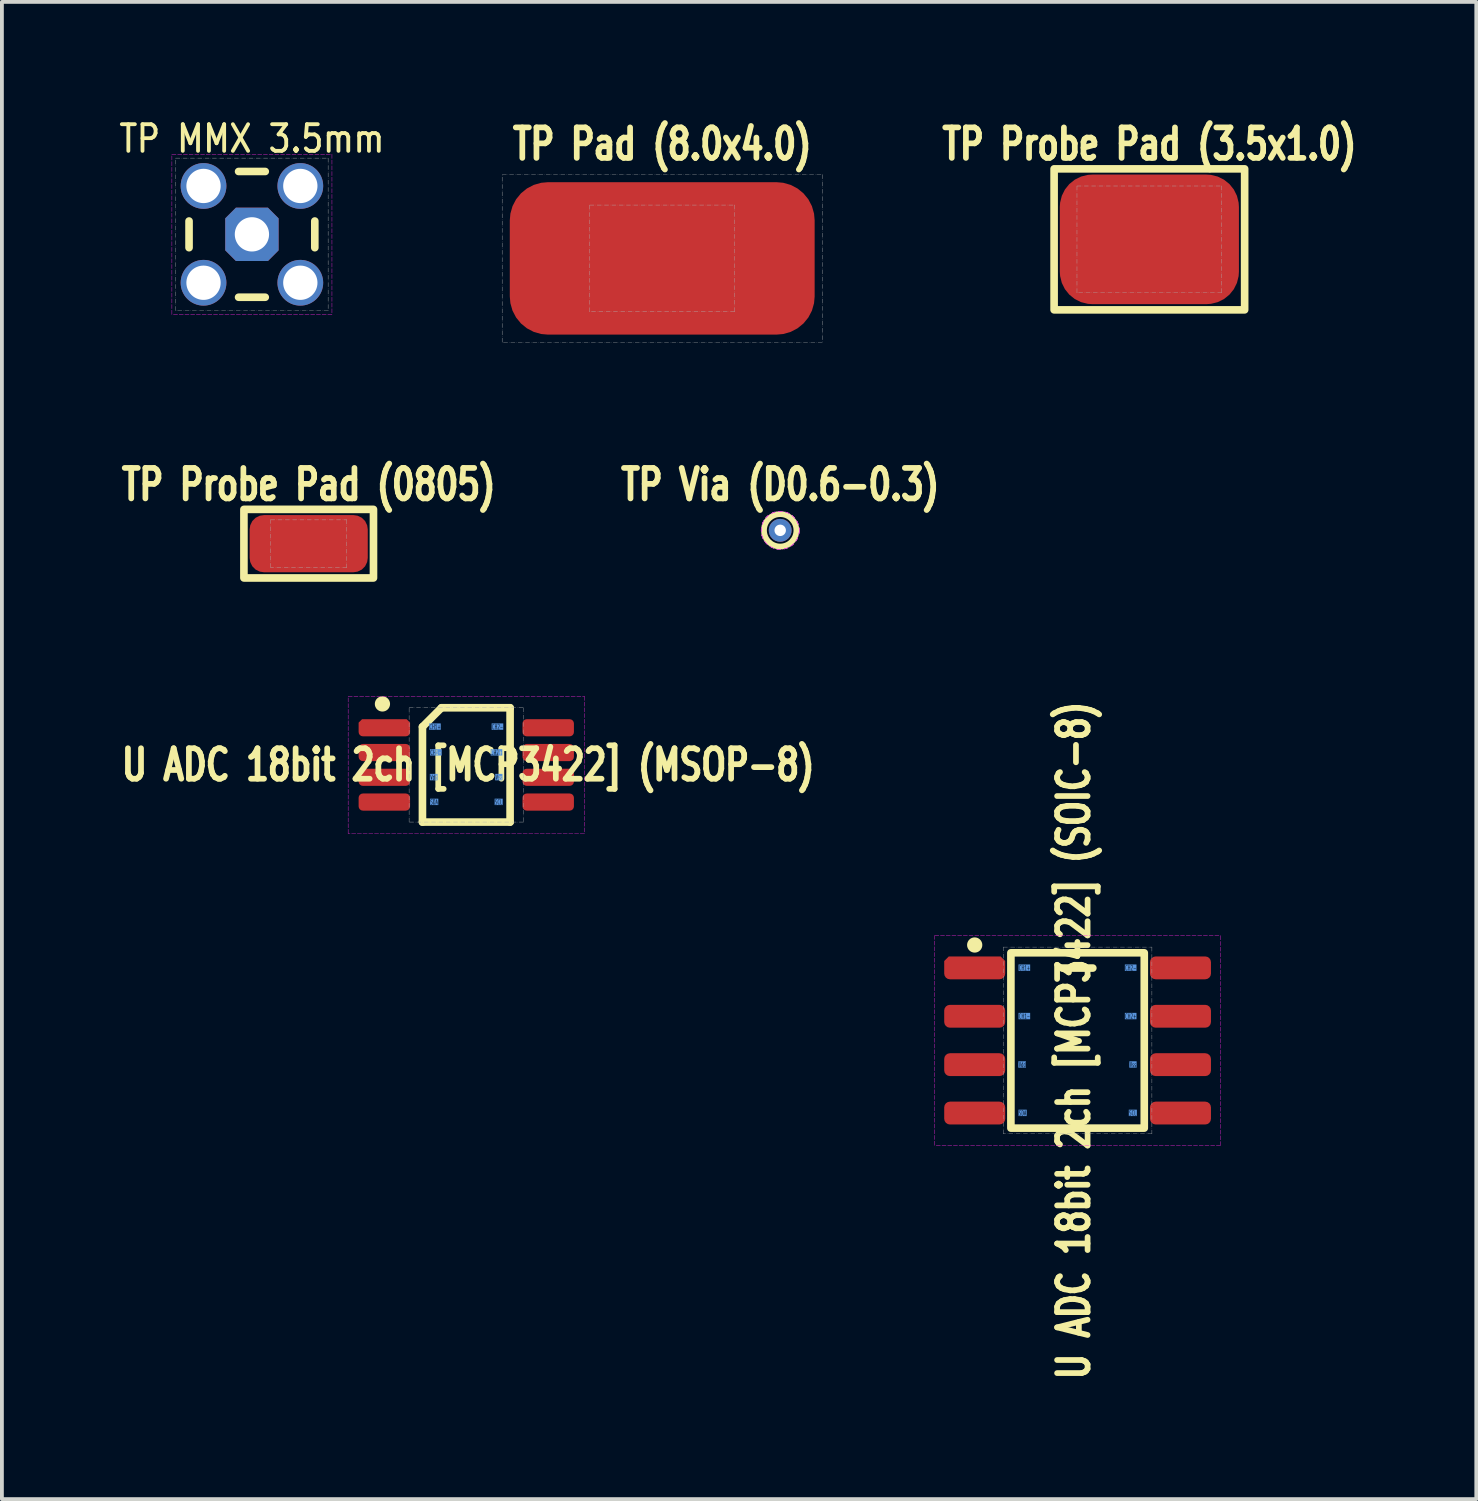
<source format=kicad_pcb>
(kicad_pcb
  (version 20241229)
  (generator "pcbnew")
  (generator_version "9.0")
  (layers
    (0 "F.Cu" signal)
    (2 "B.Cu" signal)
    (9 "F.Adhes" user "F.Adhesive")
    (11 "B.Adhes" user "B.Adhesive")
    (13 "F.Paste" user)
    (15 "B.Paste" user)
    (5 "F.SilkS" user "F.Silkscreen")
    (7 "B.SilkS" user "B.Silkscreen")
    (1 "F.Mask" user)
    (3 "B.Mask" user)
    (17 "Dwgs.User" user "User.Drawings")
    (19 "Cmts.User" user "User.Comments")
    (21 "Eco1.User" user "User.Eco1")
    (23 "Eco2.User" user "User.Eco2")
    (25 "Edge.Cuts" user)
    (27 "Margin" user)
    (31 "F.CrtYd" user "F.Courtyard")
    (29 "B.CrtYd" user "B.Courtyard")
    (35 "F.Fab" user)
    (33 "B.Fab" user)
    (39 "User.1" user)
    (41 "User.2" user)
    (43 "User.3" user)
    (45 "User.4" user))
  (footprint "TP Pad (8.0x4.0)"
    (layer "F.Cu")
    (at 14.328 3.731)
    (property "Reference" "TP Pad (8.0x4.0)" (at 0 -3 0) (layer "F.SilkS") (effects (font (size 0.8 0.6) (thickness 0.15))))
    (attr through_hole)
    (fp_rect (start -4.2 -2.2) (end 4.2 2.2) (stroke (width 0.01) (type dash_dot)) (fill no) (layer "F.Fab"))
    (fp_rect (start -1.9 -1.4) (end 1.9 1.4) (stroke (width 0.01) (type dash_dot)) (fill no) (layer "F.Fab"))
    (pad "1" smd roundrect (at 0 0) (size 8 4) (property pad_prop_testpoint) (layers "F.Cu" "F.Mask") (roundrect_rratio 0.25)))
  (footprint "TP Probe Pad (3.5x1.0)"
    (layer "F.Cu")
    (at 27.112 3.231)
    (property "Reference" "TP Probe Pad (3.5x1.0)" (at 0 -2.5 0) (layer "F.SilkS") (effects (font (size 0.8 0.6) (thickness 0.15))))
    (attr through_hole)
    (fp_rect (start -2.5 -1.85) (end 2.5 1.85) (stroke (width 0.2) (type default)) (fill no) (layer "F.SilkS"))
    (fp_rect (start -1.9 -1.4) (end 1.9 1.4) (stroke (width 0.01) (type dash_dot)) (fill no) (layer "F.Fab"))
    (pad "1" smd roundrect (at 0 0) (size 4.7 3.4) (property pad_prop_testpoint) (layers "F.Cu" "F.Mask" "F.Paste") (roundrect_rratio 0.25)))
  (footprint "U ADC 18bit 2ch [MCP3422] (MSOP-8)"
    (layer "F.Cu")
    (at 9.186 17.023)
    (property "Reference" "U ADC 18bit 2ch [MCP3422] (MSOP-8)" (at 0.05 0 0) (layer "F.SilkS") (effects (font (size 0.8 0.6) (thickness 0.15))))
    (attr smd)
    (fp_line (start -1.15 -1) (end -0.65 -1.5) (stroke (width 0.2) (type default)) (layer "F.SilkS"))
    (fp_line (start -1.15 1.5) (end -1.15 -1) (stroke (width 0.2) (type default)) (layer "F.SilkS"))
    (fp_line (start -0.65 -1.5) (end 1.15 -1.5) (stroke (width 0.2) (type default)) (layer "F.SilkS"))
    (fp_line (start 1.15 -1.5) (end 1.15 1.5) (stroke (width 0.2) (type default)) (layer "F.SilkS"))
    (fp_line (start 1.15 1.5) (end -1.15 1.5) (stroke (width 0.2) (type default)) (layer "F.SilkS"))
    (fp_circle (center -2.2 -1.6) (end -2.05 -1.6) (stroke (width 0.1) (type solid)) (fill yes) (layer "F.SilkS"))
    (fp_rect (start -3.1 -1.8) (end 3.1 1.8) (stroke (width 0.01) (type dash)) (fill no) (layer "F.CrtYd"))
    (fp_rect (start -1.5 -1.5) (end 1.5 1.5) (stroke (width 0.01) (type dash_dot)) (fill no) (layer "F.Fab"))
    (fp_text user "CH2+" (at 0.95 -0.325 0) (layer "Cmts.User" knockout) (effects (font (size 0.13 0.07) (thickness 0.01) (bold yes)) (justify right)))
    (fp_text user "SCL" (at 0.95 0.975 0) (layer "Cmts.User" knockout) (effects (font (size 0.13 0.07) (thickness 0.01) (bold yes)) (justify right)))
    (fp_text user "Vss" (at 0.95 0.325 0) (layer "Cmts.User" knockout) (effects (font (size 0.13 0.07) (thickness 0.01) (bold yes)) (justify right)))
    (fp_text user "CH1-" (at -0.95 -0.325 0) (layer "Cmts.User" knockout) (effects (font (size 0.13 0.07) (thickness 0.01) (bold yes)) (justify left)))
    (fp_text user "CH1+" (at -0.975 -1 0) (layer "Cmts.User" knockout) (effects (font (size 0.13 0.07) (thickness 0.01) (bold yes)) (justify left)))
    (fp_text user "CH2-" (at 0.975 -1 0) (layer "Cmts.User" knockout) (effects (font (size 0.13 0.07) (thickness 0.01) (bold yes)) (justify right)))
    (fp_text user "SDA" (at -0.95 0.975 0) (layer "Cmts.User" knockout) (effects (font (size 0.13 0.07) (thickness 0.01) (bold yes)) (justify left)))
    (fp_text user "Vdd" (at -0.95 0.325 0) (layer "Cmts.User" knockout) (effects (font (size 0.13 0.07) (thickness 0.01) (bold yes)) (justify left)))
    (pad "1" smd roundrect (at -2.15 -0.975) (size 1.35 0.45) (layers "F.Cu" "F.Mask" "F.Paste") (roundrect_rratio 0.25) (chamfer_ratio 0.2) (chamfer top_left top_right))
    (pad "2" smd roundrect (at -2.15 -0.325) (size 1.35 0.45) (layers "F.Cu" "F.Mask" "F.Paste") (roundrect_rratio 0.25))
    (pad "3" smd roundrect (at -2.15 0.325) (size 1.35 0.45) (layers "F.Cu" "F.Mask" "F.Paste") (roundrect_rratio 0.25))
    (pad "4" smd roundrect (at -2.15 0.975) (size 1.35 0.45) (layers "F.Cu" "F.Mask" "F.Paste") (roundrect_rratio 0.25))
    (pad "5" smd roundrect (at 2.15 0.975) (size 1.35 0.45) (layers "F.Cu" "F.Mask" "F.Paste") (roundrect_rratio 0.25))
    (pad "6" smd roundrect (at 2.15 0.325) (size 1.35 0.45) (layers "F.Cu" "F.Mask" "F.Paste") (roundrect_rratio 0.25))
    (pad "7" smd roundrect (at 2.15 -0.325) (size 1.35 0.45) (layers "F.Cu" "F.Mask" "F.Paste") (roundrect_rratio 0.25))
    (pad "8" smd roundrect (at 2.15 -0.975) (size 1.35 0.45) (layers "F.Cu" "F.Mask" "F.Paste") (roundrect_rratio 0.25)))
  (footprint "TP MMX 3.5mm"
    (layer "F.Cu")
    (at 3.561 3.1)
    (property "Reference" "TP MMX 3.5mm" (at 0 -2.1 0) (unlocked yes) (layer "F.SilkS") (effects (font (size 0.7 0.6) (thickness 0.1)) (justify bottom)))
    (attr through_hole)
    (fp_line (start -1.65 -0.35) (end -1.65 0.35) (stroke (width 0.2) (type default)) (layer "F.SilkS"))
    (fp_line (start 0.35 -1.65) (end -0.35 -1.65) (stroke (width 0.2) (type default)) (layer "F.SilkS"))
    (fp_line (start 0.35 1.65) (end -0.35 1.65) (stroke (width 0.2) (type default)) (layer "F.SilkS"))
    (fp_line (start 1.65 -0.35) (end 1.65 0.35) (stroke (width 0.2) (type default)) (layer "F.SilkS"))
    (fp_rect (start -2.1 -2.1) (end 2.1 2.1) (stroke (width 0.01) (type dash)) (fill no) (layer "F.CrtYd"))
    (fp_rect (start -2 -2) (end 2 2) (stroke (width 0.01) (type dash_dot)) (fill no) (layer "F.Fab"))
    (pad "1" thru_hole roundrect (at 0 0) (size 1.4 1.4) (drill 0.9) (layers "*.Cu" "B.Mask") (roundrect_rratio 0.25) (chamfer_ratio 0.2) (chamfer top_left top_right bottom_left bottom_right))
    (pad "2" thru_hole circle (at -1.27 -1.27) (size 1.2 1.2) (drill 0.9) (layers "*.Cu" "B.Mask"))
    (pad "3" thru_hole circle (at -1.27 1.27) (size 1.2 1.2) (drill 0.9) (layers "*.Cu" "B.Mask"))
    (pad "4" thru_hole circle (at 1.27 1.27) (size 1.2 1.2) (drill 0.9) (layers "*.Cu" "B.Mask"))
    (pad "5" thru_hole circle (at 1.27 -1.27) (size 1.2 1.2) (drill 0.9) (layers "*.Cu" "B.Mask")))
  (footprint "U ADC 18bit 2ch [MCP3422] (SOIC-8)"
    (layer "F.Cu")
    (at 25.228 24.254)
    (property "Reference" "U ADC 18bit 2ch [MCP3422] (SOIC-8)" (at -0.1 0 90) (layer "F.SilkS") (effects (font (size 0.8 0.6) (thickness 0.15))))
    (attr smd)
    (fp_line (start -0.4 -1.9) (end 0.4 -1.9) (stroke (width 0.2) (type default)) (layer "F.SilkS"))
    (fp_rect (start -1.75 -2.3) (end 1.75 2.3) (stroke (width 0.2) (type default)) (fill no) (layer "F.SilkS"))
    (fp_circle (center -2.7 -2.505) (end -2.55 -2.505) (stroke (width 0.1) (type solid)) (fill yes) (layer "F.SilkS"))
    (fp_rect (start -3.75 -2.75) (end 3.75 2.75) (stroke (width 0.01) (type dash)) (fill no) (layer "F.CrtYd"))
    (fp_rect (start -1.95 -2.45) (end 1.95 2.45) (stroke (width 0.01) (type dash_dot)) (fill no) (layer "F.Fab"))
    (fp_text user "Vss" (at 1.55 0.635 0) (layer "Cmts.User" knockout) (effects (font (size 0.13 0.07) (thickness 0.01)) (justify right)))
    (fp_text user "CH2-" (at 1.55 -1.905 0) (layer "Cmts.User" knockout) (effects (font (size 0.13 0.07) (thickness 0.01) (bold yes)) (justify right)))
    (fp_text user "CH1+" (at -1.55 -1.905 0) (layer "Cmts.User" knockout) (effects (font (size 0.13 0.07) (thickness 0.01)) (justify left)))
    (fp_text user "Vdd" (at -1.55 0.635 0) (layer "Cmts.User" knockout) (effects (font (size 0.13 0.07) (thickness 0.01)) (justify left)))
    (fp_text user "SCL" (at 1.55 1.905 0) (layer "Cmts.User" knockout) (effects (font (size 0.13 0.07) (thickness 0.01) (bold yes)) (justify right)))
    (fp_text user "SDA" (at -1.55 1.905 0) (layer "Cmts.User" knockout) (effects (font (size 0.13 0.07) (thickness 0.01)) (justify left)))
    (fp_text user "CH1-" (at -1.55 -0.635 0) (layer "Cmts.User" knockout) (effects (font (size 0.13 0.07) (thickness 0.01)) (justify left)))
    (fp_text user "CH2+" (at 1.55 -0.635 0) (layer "Cmts.User" knockout) (effects (font (size 0.13 0.07) (thickness 0.01)) (justify right)))
    (pad "1" smd roundrect (at -2.7 -1.905) (size 1.6 0.6) (layers "F.Cu" "F.Mask" "F.Paste") (roundrect_rratio 0.25) (chamfer_ratio 0.2) (chamfer top_left top_right))
    (pad "2" smd roundrect (at -2.7 -0.635) (size 1.6 0.6) (layers "F.Cu" "F.Mask" "F.Paste") (roundrect_rratio 0.25))
    (pad "3" smd roundrect (at -2.7 0.635) (size 1.6 0.6) (layers "F.Cu" "F.Mask" "F.Paste") (roundrect_rratio 0.25))
    (pad "4" smd roundrect (at -2.7 1.905) (size 1.6 0.6) (layers "F.Cu" "F.Mask" "F.Paste") (roundrect_rratio 0.25))
    (pad "5" smd roundrect (at 2.7 1.905) (size 1.6 0.6) (layers "F.Cu" "F.Mask" "F.Paste") (roundrect_rratio 0.25))
    (pad "6" smd roundrect (at 2.7 0.635) (size 1.6 0.6) (layers "F.Cu" "F.Mask" "F.Paste") (roundrect_rratio 0.25))
    (pad "7" smd roundrect (at 2.7 -0.635) (size 1.6 0.6) (layers "F.Cu" "F.Mask" "F.Paste") (roundrect_rratio 0.25))
    (pad "8" smd roundrect (at 2.7 -1.905) (size 1.6 0.6) (layers "F.Cu" "F.Mask" "F.Paste") (roundrect_rratio 0.25)))
  (footprint "TP Probe Pad (0805)"
    (layer "F.Cu")
    (at 5.051 11.217)
    (property "Reference" "TP Probe Pad (0805)" (at 0 -1.55 0) (layer "F.SilkS") (effects (font (size 0.8 0.6) (thickness 0.15))))
    (attr through_hole)
    (fp_rect (start -1.7 -0.9) (end 1.7 0.9) (stroke (width 0.2) (type default)) (fill no) (layer "F.SilkS"))
    (fp_rect (start -1 -0.625) (end 1 0.625) (stroke (width 0.01) (type dash_dot)) (fill no) (layer "F.Fab"))
    (pad "1" smd roundrect (at 0 0) (size 3.1 1.5) (property pad_prop_testpoint) (layers "F.Cu" "F.Mask") (roundrect_rratio 0.25)))
  (footprint "TP Via (D0.6-0.3)"
    (layer "F.Cu")
    (at 17.424 10.867)
    (property "Reference" "TP Via (D0.6-0.3)" (at 0 -1.2 0) (layer "F.SilkS") (effects (font (size 0.8 0.6) (thickness 0.15))))
    (attr through_hole)
    (fp_circle (center 0 0) (end 0.425 0) (stroke (width 0.15) (type solid)) (fill no) (layer "F.SilkS"))
    (fp_circle (center 0 0) (end 0.5 0) (stroke (width 0.01) (type dash_dot)) (fill no) (layer "F.CrtYd"))
    (fp_circle (center 0 0) (end 0.5 0) (stroke (width 0.01) (type dash_dot)) (fill no) (layer "F.Fab"))
    (pad "1" thru_hole circle (at 0 0) (size 0.6 0.6) (drill 0.3) (property pad_prop_testpoint) (layers "*.Cu" "*.Mask")))
  (gr_rect
    (start -3 -3)
    (end 35.691 36.29)
    (stroke (width 0.1) (type default))
    (fill no)
    (layer "Edge.Cuts")))
</source>
